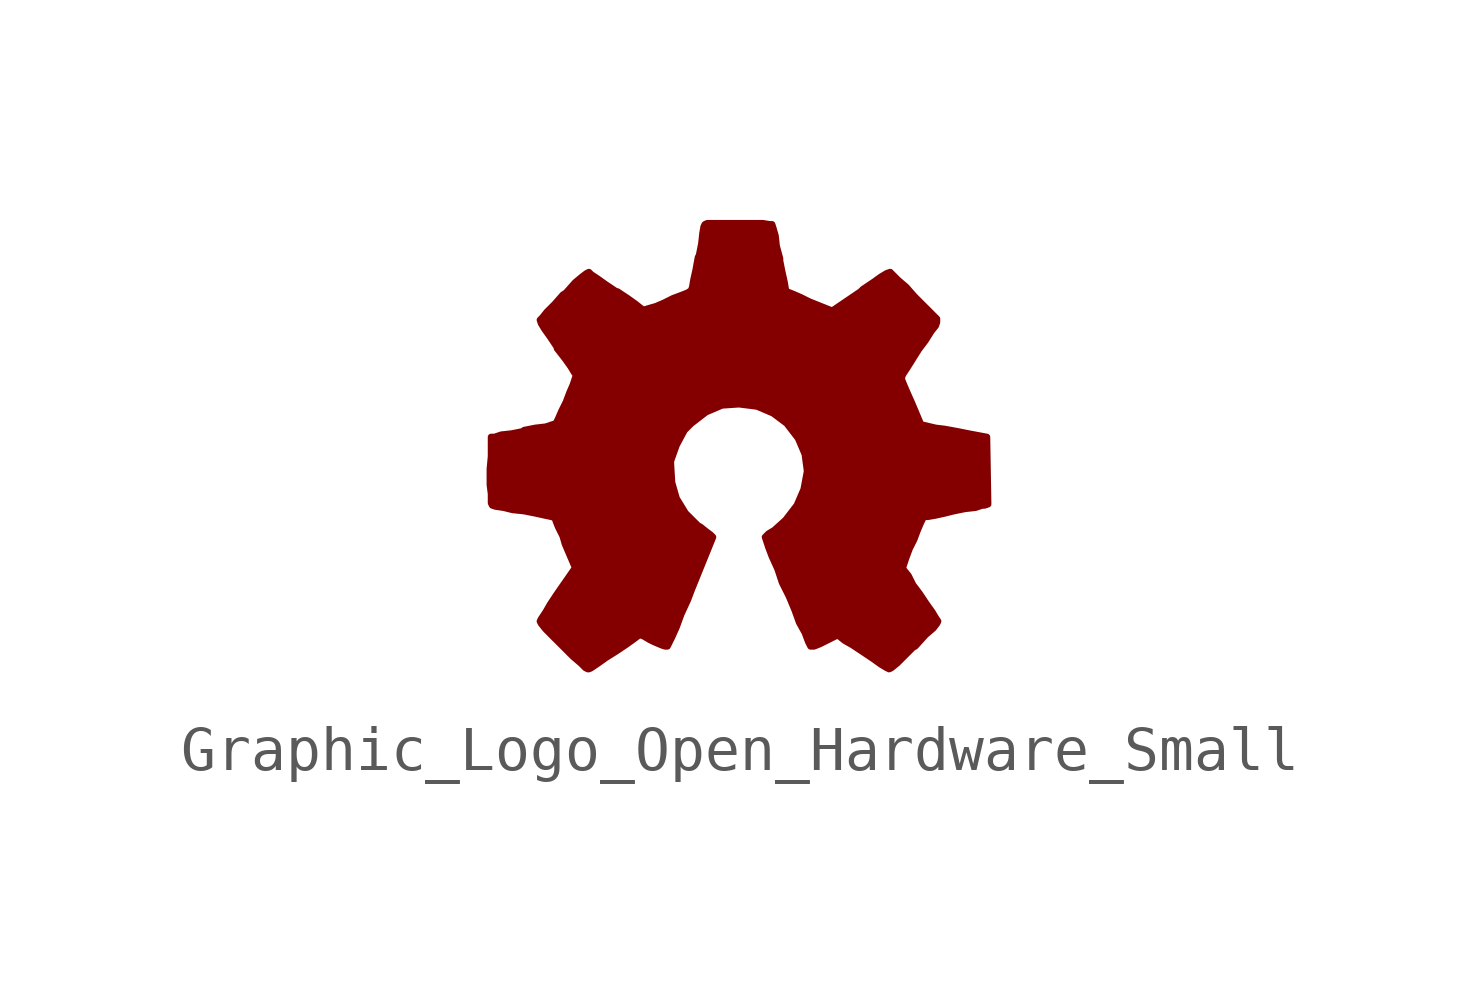
<source format=kicad_sym>
(kicad_symbol_lib
  (version 20211014)
  (generator kicad_symbol_editor)
  (symbol "Graphic_Logo_Open_Hardware_Small"
    (pin_names
      (offset 1.016))
    (property "Reference" "#LOGO"
      (at 0 6.985 0)
      (effects (font (size 1.27 1.27)) hide))
    (symbol "Graphic_Logo_Open_Hardware_Small_0_1"
      (polyline (pts (xy 3.353 -4.343) (xy 3.302 -4.318) (xy 3.175 -4.242) (xy 2.997 -4.115) (xy 2.769 -3.962) (xy 2.54 -3.81) (xy 2.362 -3.708) (xy 2.235 -3.607) (xy 2.184 -3.581) (xy 2.159 -3.607) (xy 2.057 -3.658) (xy 1.905 -3.734) (xy 1.803 -3.785) (xy 1.676 -3.835) (xy 1.6 -3.835) (xy 1.6 -3.835) (xy 1.549 -3.734) (xy 1.473 -3.531) (xy 1.346 -3.302) (xy 1.245 -3.023) (xy 1.118 -2.718) (xy 0.965 -2.413) (xy 0.864 -2.108) (xy 0.737 -1.829) (xy 0.66 -1.626) (xy 0.61 -1.473) (xy 0.584 -1.397) (xy 0.584 -1.397) (xy 0.66 -1.321) (xy 0.787 -1.245) (xy 1.041 -1.016) (xy 1.295 -0.686) (xy 1.448 -0.33) (xy 1.524 0.076) (xy 1.473 0.457) (xy 1.321 0.813) (xy 1.067 1.143) (xy 0.762 1.372) (xy 0.406 1.524) (xy 0 1.575) (xy -0.381 1.549) (xy -0.737 1.397) (xy -1.067 1.143) (xy -1.219 0.991) (xy -1.397 0.66) (xy -1.524 0.305) (xy -1.524 0.229) (xy -1.499 -0.178) (xy -1.397 -0.533) (xy -1.194 -0.864) (xy -0.914 -1.143) (xy -0.864 -1.168) (xy -0.737 -1.27) (xy -0.635 -1.346) (xy -0.584 -1.397) (xy -1.067 -2.591) (xy -1.143 -2.794) (xy -1.295 -3.124) (xy -1.397 -3.404) (xy -1.499 -3.632) (xy -1.575 -3.785) (xy -1.6 -3.835) (xy -1.6 -3.835) (xy -1.651 -3.835) (xy -1.727 -3.81) (xy -1.905 -3.734) (xy -2.007 -3.683) (xy -2.134 -3.607) (xy -2.21 -3.581) (xy -2.261 -3.607) (xy -2.362 -3.683) (xy -2.54 -3.81) (xy -2.769 -3.962) (xy -2.972 -4.089) (xy -3.15 -4.216) (xy -3.302 -4.318) (xy -3.353 -4.343) (xy -3.378 -4.343) (xy -3.429 -4.318) (xy -3.531 -4.216) (xy -3.708 -4.064) (xy -3.937 -3.835) (xy -3.962 -3.81) (xy -4.166 -3.607) (xy -4.318 -3.454) (xy -4.42 -3.327) (xy -4.445 -3.277) (xy -4.445 -3.277) (xy -4.42 -3.226) (xy -4.318 -3.073) (xy -4.216 -2.896) (xy -4.064 -2.667) (xy -3.658 -2.083) (xy -3.886 -1.549) (xy -3.937 -1.372) (xy -4.039 -1.168) (xy -4.089 -1.041) (xy -4.115 -0.965) (xy -4.191 -0.94) (xy -4.318 -0.914) (xy -4.547 -0.864) (xy -4.801 -0.813) (xy -5.055 -0.787) (xy -5.258 -0.737) (xy -5.436 -0.711) (xy -5.512 -0.686) (xy -5.512 -0.686) (xy -5.537 -0.635) (xy -5.537 -0.559) (xy -5.537 -0.432) (xy -5.563 -0.229) (xy -5.563 0.076) (xy -5.563 0.127) (xy -5.537 0.406) (xy -5.537 0.635) (xy -5.537 0.762) (xy -5.537 0.838) (xy -5.537 0.838) (xy -5.461 0.838) (xy -5.309 0.889) (xy -5.08 0.914) (xy -4.826 0.965) (xy -4.801 0.991) (xy -4.547 1.041) (xy -4.318 1.067) (xy -4.166 1.118) (xy -4.089 1.143) (xy -4.089 1.143) (xy -4.039 1.245) (xy -3.962 1.422) (xy -3.861 1.626) (xy -3.785 1.829) (xy -3.708 2.007) (xy -3.658 2.159) (xy -3.632 2.21) (xy -3.632 2.21) (xy -3.683 2.286) (xy -3.759 2.413) (xy -3.886 2.591) (xy -4.064 2.819) (xy -4.064 2.845) (xy -4.216 3.073) (xy -4.343 3.251) (xy -4.42 3.378) (xy -4.445 3.454) (xy -4.445 3.454) (xy -4.394 3.505) (xy -4.293 3.632) (xy -4.115 3.81) (xy -3.937 4.013) (xy -3.861 4.064) (xy -3.658 4.293) (xy -3.505 4.42) (xy -3.404 4.496) (xy -3.353 4.521) (xy -3.353 4.521) (xy -3.302 4.47) (xy -3.15 4.369) (xy -2.972 4.242) (xy -2.743 4.089) (xy -2.718 4.089) (xy -2.489 3.937) (xy -2.311 3.81) (xy -2.184 3.708) (xy -2.134 3.683) (xy -2.108 3.683) (xy -2.032 3.708) (xy -1.854 3.759) (xy -1.676 3.835) (xy -1.473 3.937) (xy -1.27 4.013) (xy -1.143 4.064) (xy -1.067 4.115) (xy -1.067 4.115) (xy -1.041 4.191) (xy -1.016 4.343) (xy -0.965 4.572) (xy -0.914 4.851) (xy -0.889 4.902) (xy -0.838 5.156) (xy -0.813 5.385) (xy -0.787 5.537) (xy -0.762 5.588) (xy -0.711 5.613) (xy -0.584 5.613) (xy -0.406 5.613) (xy -0.152 5.613) (xy 0.076 5.613) (xy 0.33 5.613) (xy 0.533 5.613) (xy 0.686 5.588) (xy 0.737 5.588) (xy 0.737 5.588) (xy 0.762 5.512) (xy 0.813 5.334) (xy 0.838 5.105) (xy 0.914 4.826) (xy 0.914 4.775) (xy 0.965 4.521) (xy 1.016 4.293) (xy 1.041 4.14) (xy 1.067 4.089) (xy 1.067 4.089) (xy 1.194 4.039) (xy 1.372 3.962) (xy 1.575 3.861) (xy 2.083 3.658) (xy 2.718 4.089) (xy 2.769 4.14) (xy 2.997 4.293) (xy 3.175 4.42) (xy 3.302 4.496) (xy 3.378 4.521) (xy 3.378 4.521) (xy 3.429 4.47) (xy 3.556 4.343) (xy 3.734 4.191) (xy 3.912 3.988) (xy 4.064 3.835) (xy 4.242 3.658) (xy 4.343 3.556) (xy 4.42 3.48) (xy 4.42 3.429) (xy 4.42 3.404) (xy 4.394 3.327) (xy 4.293 3.2) (xy 4.166 2.997) (xy 4.013 2.794) (xy 3.886 2.591) (xy 3.759 2.388) (xy 3.658 2.235) (xy 3.632 2.159) (xy 3.632 2.134) (xy 3.683 2.007) (xy 3.759 1.829) (xy 3.861 1.6) (xy 4.064 1.118) (xy 4.394 1.041) (xy 4.597 1.016) (xy 4.877 0.965) (xy 5.131 0.914) (xy 5.537 0.838) (xy 5.563 -0.66) (xy 5.486 -0.686) (xy 5.436 -0.686) (xy 5.283 -0.737) (xy 5.055 -0.762) (xy 4.801 -0.813) (xy 4.597 -0.864) (xy 4.369 -0.914) (xy 4.216 -0.94) (xy 4.14 -0.94) (xy 4.115 -0.965) (xy 4.064 -1.067) (xy 3.988 -1.245) (xy 3.912 -1.448) (xy 3.81 -1.651) (xy 3.734 -1.854) (xy 3.683 -2.007) (xy 3.658 -2.083) (xy 3.683 -2.134) (xy 3.785 -2.261) (xy 3.886 -2.464) (xy 4.039 -2.667) (xy 4.191 -2.896) (xy 4.318 -3.073) (xy 4.394 -3.2) (xy 4.445 -3.277) (xy 4.42 -3.327) (xy 4.343 -3.429) (xy 4.166 -3.581) (xy 3.937 -3.835) (xy 3.886 -3.861) (xy 3.683 -4.064) (xy 3.531 -4.216) (xy 3.404 -4.318) (xy 3.353 -4.343)) (stroke (width 0) (type default) (color 0 0 0 0)) (fill (type outline))))))
</source>
